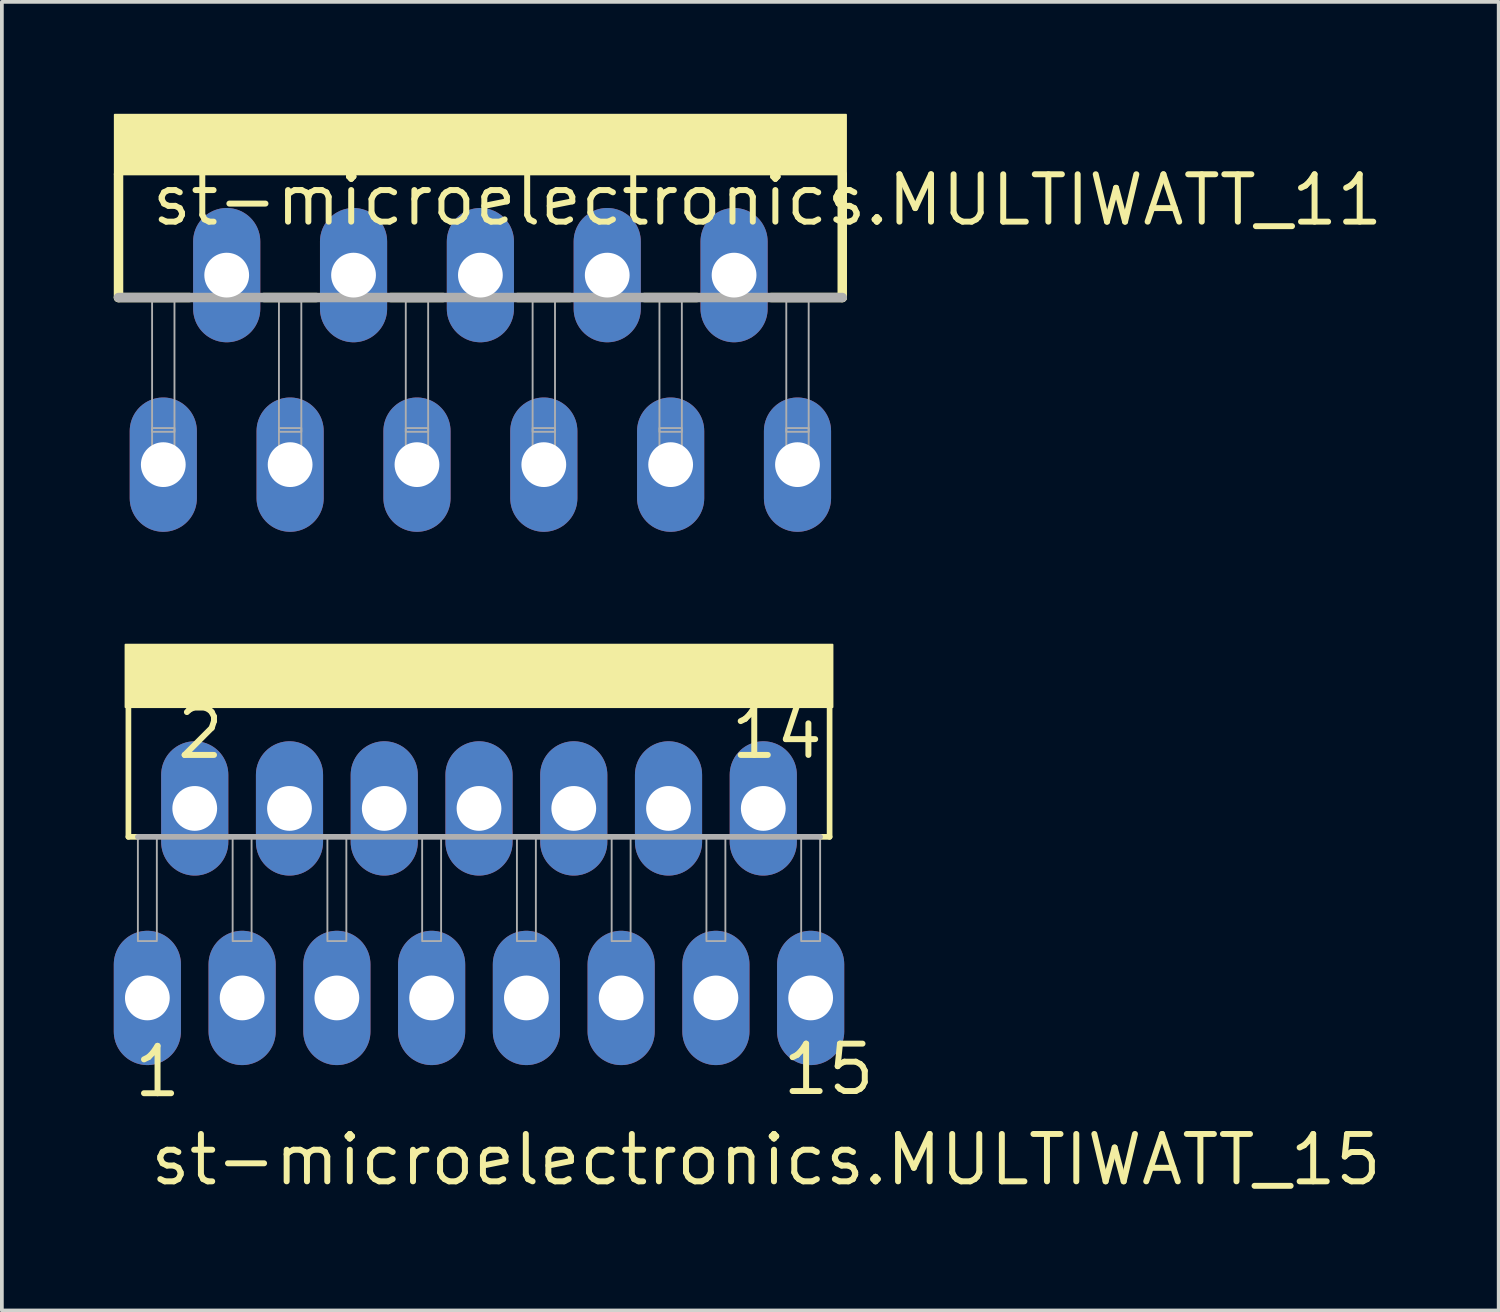
<source format=kicad_pcb>
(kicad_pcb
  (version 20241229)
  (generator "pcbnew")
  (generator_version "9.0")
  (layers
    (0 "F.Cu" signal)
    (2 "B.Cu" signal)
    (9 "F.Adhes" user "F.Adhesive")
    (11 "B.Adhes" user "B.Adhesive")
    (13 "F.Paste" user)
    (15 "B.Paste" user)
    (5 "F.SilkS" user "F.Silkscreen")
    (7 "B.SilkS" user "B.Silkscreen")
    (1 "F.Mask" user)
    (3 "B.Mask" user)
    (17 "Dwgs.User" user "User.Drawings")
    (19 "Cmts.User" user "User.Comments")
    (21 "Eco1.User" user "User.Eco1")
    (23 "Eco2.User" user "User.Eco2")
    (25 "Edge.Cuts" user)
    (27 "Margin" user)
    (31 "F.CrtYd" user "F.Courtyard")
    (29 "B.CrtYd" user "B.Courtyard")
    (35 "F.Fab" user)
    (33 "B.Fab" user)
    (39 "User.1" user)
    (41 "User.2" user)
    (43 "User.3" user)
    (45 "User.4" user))
  (footprint "st-microelectronics.MULTIWATT_15"
    (layer "F.Cu")
    (at 9.79 16.08)
    (property "Reference" "st-microelectronics.MULTIWATT_15" (at -8.89 12.7 0) (layer "F.SilkS") (effects (font (size 1.27 1.27) (thickness 0.16)) (justify left bottom)))
    (attr through_hole)
    (fp_line (start -9.398 -0.254) (end -9.398 3.302) (stroke (width 0.152) (type default)) (layer "F.SilkS"))
    (fp_line (start -9.398 3.302) (end -9.144 3.302) (stroke (width 0.152) (type default)) (layer "F.SilkS"))
    (fp_line (start 9.144 3.302) (end 9.398 3.302) (stroke (width 0.152) (type default)) (layer "F.SilkS"))
    (fp_line (start 9.398 -0.254) (end 9.398 3.302) (stroke (width 0.152) (type default)) (layer "F.SilkS"))
    (fp_rect (start -9.475 -0.175) (end 9.475 -1.85) (stroke (width 0.05) (type default)) (fill yes) (layer "F.SilkS"))
    (fp_line (start -9.144 3.302) (end 9.144 3.302) (stroke (width 0.152) (type default)) (layer "F.Fab"))
    (fp_rect (start -9.144 6.096) (end -8.636 3.302) (stroke (width 0.05) (type default)) (fill no) (layer "F.Fab"))
    (fp_rect (start -6.604 6.096) (end -6.096 3.302) (stroke (width 0.05) (type default)) (fill no) (layer "F.Fab"))
    (fp_rect (start -4.064 6.096) (end -3.556 3.302) (stroke (width 0.05) (type default)) (fill no) (layer "F.Fab"))
    (fp_rect (start -1.524 6.096) (end -1.016 3.302) (stroke (width 0.05) (type default)) (fill no) (layer "F.Fab"))
    (fp_rect (start 1.016 6.096) (end 1.524 3.302) (stroke (width 0.05) (type default)) (fill no) (layer "F.Fab"))
    (fp_rect (start 3.556 6.096) (end 4.064 3.302) (stroke (width 0.05) (type default)) (fill no) (layer "F.Fab"))
    (fp_rect (start 6.096 6.096) (end 6.604 3.302) (stroke (width 0.05) (type default)) (fill no) (layer "F.Fab"))
    (fp_rect (start 8.636 6.096) (end 9.144 3.302) (stroke (width 0.05) (type default)) (fill no) (layer "F.Fab"))
    (fp_text user "14" (at 6.668 1.27 0) (layer "F.SilkS") (effects (font (size 1.27 1.27) (thickness 0.16)) (justify left bottom)))
    (fp_text user "1" (at -9.327 10.338 0) (layer "F.SilkS") (effects (font (size 1.27 1.27) (thickness 0.16)) (justify left bottom)))
    (fp_text user "2" (at -8.177 1.27 0) (layer "F.SilkS") (effects (font (size 1.27 1.27) (thickness 0.16)) (justify left bottom)))
    (fp_text user "15" (at 8.058 10.279 0) (layer "F.SilkS") (effects (font (size 1.27 1.27) (thickness 0.16)) (justify left bottom)))
    (pad "1" thru_hole oval (at -8.89 7.62 90) (size 3.6 1.8) (drill 1.2) (layers "*.Cu" "*.Mask"))
    (pad "2" thru_hole oval (at -7.62 2.54 90) (size 3.6 1.8) (drill 1.2) (layers "*.Cu" "*.Mask"))
    (pad "3" thru_hole oval (at -6.35 7.62 90) (size 3.6 1.8) (drill 1.2) (layers "*.Cu" "*.Mask"))
    (pad "4" thru_hole oval (at -5.08 2.54 90) (size 3.6 1.8) (drill 1.2) (layers "*.Cu" "*.Mask"))
    (pad "5" thru_hole oval (at -3.81 7.62 90) (size 3.6 1.8) (drill 1.2) (layers "*.Cu" "*.Mask"))
    (pad "6" thru_hole oval (at -2.54 2.54 90) (size 3.6 1.8) (drill 1.2) (layers "*.Cu" "*.Mask"))
    (pad "7" thru_hole oval (at -1.27 7.62 90) (size 3.6 1.8) (drill 1.2) (layers "*.Cu" "*.Mask"))
    (pad "8" thru_hole oval (at 0 2.54 90) (size 3.6 1.8) (drill 1.2) (layers "*.Cu" "*.Mask"))
    (pad "9" thru_hole oval (at 1.27 7.62 90) (size 3.6 1.8) (drill 1.2) (layers "*.Cu" "*.Mask"))
    (pad "10" thru_hole oval (at 2.54 2.54 90) (size 3.6 1.8) (drill 1.2) (layers "*.Cu" "*.Mask"))
    (pad "11" thru_hole oval (at 3.81 7.62 90) (size 3.6 1.8) (drill 1.2) (layers "*.Cu" "*.Mask"))
    (pad "12" thru_hole oval (at 5.08 2.54 90) (size 3.6 1.8) (drill 1.2) (layers "*.Cu" "*.Mask"))
    (pad "13" thru_hole oval (at 6.35 7.62 90) (size 3.6 1.8) (drill 1.2) (layers "*.Cu" "*.Mask"))
    (pad "14" thru_hole oval (at 7.62 2.54 90) (size 3.6 1.8) (drill 1.2) (layers "*.Cu" "*.Mask"))
    (pad "15" thru_hole oval (at 8.89 7.62 90) (size 3.6 1.8) (drill 1.2) (layers "*.Cu" "*.Mask")))
  (footprint "st-microelectronics.MULTIWATT_11"
    (layer "F.Cu")
    (at 9.827 3.055)
    (property "Reference" "st-microelectronics.MULTIWATT_11" (at -8.89 0 0) (layer "F.SilkS") (effects (font (size 1.27 1.27) (thickness 0.16)) (justify left bottom)))
    (attr through_hole)
    (fp_line (start -9.7 1.87) (end -9.7 -1.43) (stroke (width 0.254) (type default)) (layer "F.SilkS"))
    (fp_line (start -9.7 1.87) (end -7.8 1.87) (stroke (width 0.254) (type default)) (layer "F.SilkS"))
    (fp_line (start -5.8 1.87) (end -4.4 1.87) (stroke (width 0.254) (type default)) (layer "F.SilkS"))
    (fp_line (start -2.4 1.87) (end -1 1.87) (stroke (width 0.254) (type default)) (layer "F.SilkS"))
    (fp_line (start 1 1.87) (end 2.4 1.87) (stroke (width 0.254) (type default)) (layer "F.SilkS"))
    (fp_line (start 4.4 1.87) (end 5.8 1.87) (stroke (width 0.254) (type default)) (layer "F.SilkS"))
    (fp_line (start 7.8 1.87) (end 9.7 1.87) (stroke (width 0.254) (type default)) (layer "F.SilkS"))
    (fp_line (start 9.7 1.87) (end 9.7 -1.43) (stroke (width 0.254) (type default)) (layer "F.SilkS"))
    (fp_rect (start -9.8 -1.43) (end 9.8 -3.03) (stroke (width 0.05) (type default)) (fill yes) (layer "F.SilkS"))
    (fp_line (start -9.7 1.87) (end 9.7 1.87) (stroke (width 0.254) (type default)) (layer "F.Fab"))
    (fp_rect (start -8.8 5.47) (end -8.2 1.97) (stroke (width 0.05) (type default)) (fill no) (layer "F.Fab"))
    (fp_rect (start -8.8 6.57) (end -8.2 5.37) (stroke (width 0.05) (type default)) (fill no) (layer "F.Fab"))
    (fp_rect (start -5.4 5.47) (end -4.8 1.97) (stroke (width 0.05) (type default)) (fill no) (layer "F.Fab"))
    (fp_rect (start -5.4 6.57) (end -4.8 5.37) (stroke (width 0.05) (type default)) (fill no) (layer "F.Fab"))
    (fp_rect (start -2 5.47) (end -1.4 1.97) (stroke (width 0.05) (type default)) (fill no) (layer "F.Fab"))
    (fp_rect (start -2 6.57) (end -1.4 5.37) (stroke (width 0.05) (type default)) (fill no) (layer "F.Fab"))
    (fp_rect (start 1.4 5.47) (end 2 1.97) (stroke (width 0.05) (type default)) (fill no) (layer "F.Fab"))
    (fp_rect (start 1.4 6.57) (end 2 5.37) (stroke (width 0.05) (type default)) (fill no) (layer "F.Fab"))
    (fp_rect (start 4.8 5.47) (end 5.4 1.97) (stroke (width 0.05) (type default)) (fill no) (layer "F.Fab"))
    (fp_rect (start 4.8 6.57) (end 5.4 5.37) (stroke (width 0.05) (type default)) (fill no) (layer "F.Fab"))
    (fp_rect (start 8.2 5.47) (end 8.8 1.97) (stroke (width 0.05) (type default)) (fill no) (layer "F.Fab"))
    (fp_rect (start 8.2 6.57) (end 8.8 5.37) (stroke (width 0.05) (type default)) (fill no) (layer "F.Fab"))
    (pad "1" thru_hole oval (at -8.5 6.35 90) (size 3.6 1.8) (drill 1.2) (layers "*.Cu" "*.Mask"))
    (pad "2" thru_hole oval (at -6.8 1.27 90) (size 3.6 1.8) (drill 1.2) (layers "*.Cu" "*.Mask"))
    (pad "3" thru_hole oval (at -5.1 6.35 90) (size 3.6 1.8) (drill 1.2) (layers "*.Cu" "*.Mask"))
    (pad "4" thru_hole oval (at -3.4 1.27 90) (size 3.6 1.8) (drill 1.2) (layers "*.Cu" "*.Mask"))
    (pad "5" thru_hole oval (at -1.7 6.35 90) (size 3.6 1.8) (drill 1.2) (layers "*.Cu" "*.Mask"))
    (pad "6" thru_hole oval (at 0 1.27 90) (size 3.6 1.8) (drill 1.2) (layers "*.Cu" "*.Mask"))
    (pad "7" thru_hole oval (at 1.7 6.35 90) (size 3.6 1.8) (drill 1.2) (layers "*.Cu" "*.Mask"))
    (pad "8" thru_hole oval (at 3.4 1.27 90) (size 3.6 1.8) (drill 1.2) (layers "*.Cu" "*.Mask"))
    (pad "9" thru_hole oval (at 5.1 6.35 90) (size 3.6 1.8) (drill 1.2) (layers "*.Cu" "*.Mask"))
    (pad "10" thru_hole oval (at 6.8 1.27 90) (size 3.6 1.8) (drill 1.2) (layers "*.Cu" "*.Mask"))
    (pad "11" thru_hole oval (at 8.5 6.35 90) (size 3.6 1.8) (drill 1.2) (layers "*.Cu" "*.Mask")))
  (gr_rect
    (start -3 -3)
    (end 37.123 32.078)
    (stroke (width 0.1) (type default))
    (fill no)
    (layer "Edge.Cuts")))
</source>
